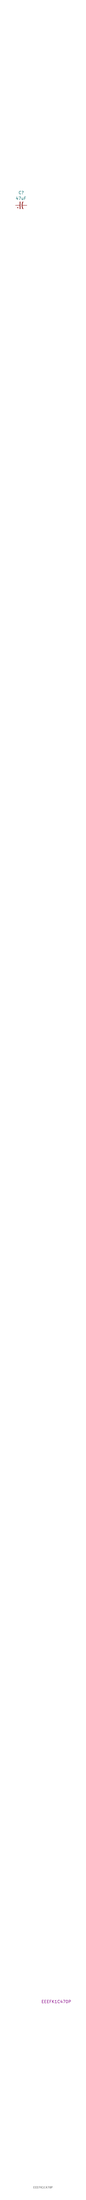
<source format=kicad_sym>
(kicad_symbol_lib
  (version 20220914)
  (generator kicad_symbol_editor)
  (symbol "EEEFK1C470P"
    (pin_numbers hide)
    (pin_names hide)
    (property "Reference" "C"
      (at -1.27 6.35 0)
      (effects (font (size 1.27 1.27)) (justify left top)))
    (property "Value" "47uF"
      (at -2.54 3.81 0)
      (effects (font (size 1.27 1.27)) (justify left top)))
    (property "Manufacturer_Part_Number" "EEEFK1C470P"
      (at 8.89 -796.19 0)
      (effects (font (size 1.27 1.27)) (justify left top)))
    (symbol "EEEFK1C470P_0_1"
      (polyline (pts (xy -1.524 -1.27) (xy -1.524 -0.762)) (stroke (width 0) (type default)) (fill (type none)))
      (polyline (pts (xy -1.27 -1.016) (xy -1.778 -1.016)) (stroke (width 0) (type default)) (fill (type none)))
      (polyline (pts (xy -0.508 -1.524) (xy -0.508 1.524)) (stroke (width 0.305) (type default)) (fill (type none)))
      (arc (start 0.762 1.524) (mid 0.3734 0) (end 0.762 -1.524) (stroke (width 0.3048) (type default)) (fill (type none))))
    (symbol "EEEFK1C470P_1_1"
      (pin passive line (at -2.54 0 0) (length 2.032) (name "~" (effects (font (size 1.27 1.27)))) (number "1" (effects (font (size 1.27 1.27)))))
      (pin passive line (at 2.54 0 180) (length 2.032) (name "~" (effects (font (size 1.27 1.27)))) (number "2" (effects (font (size 1.27 1.27))))))))
</source>
